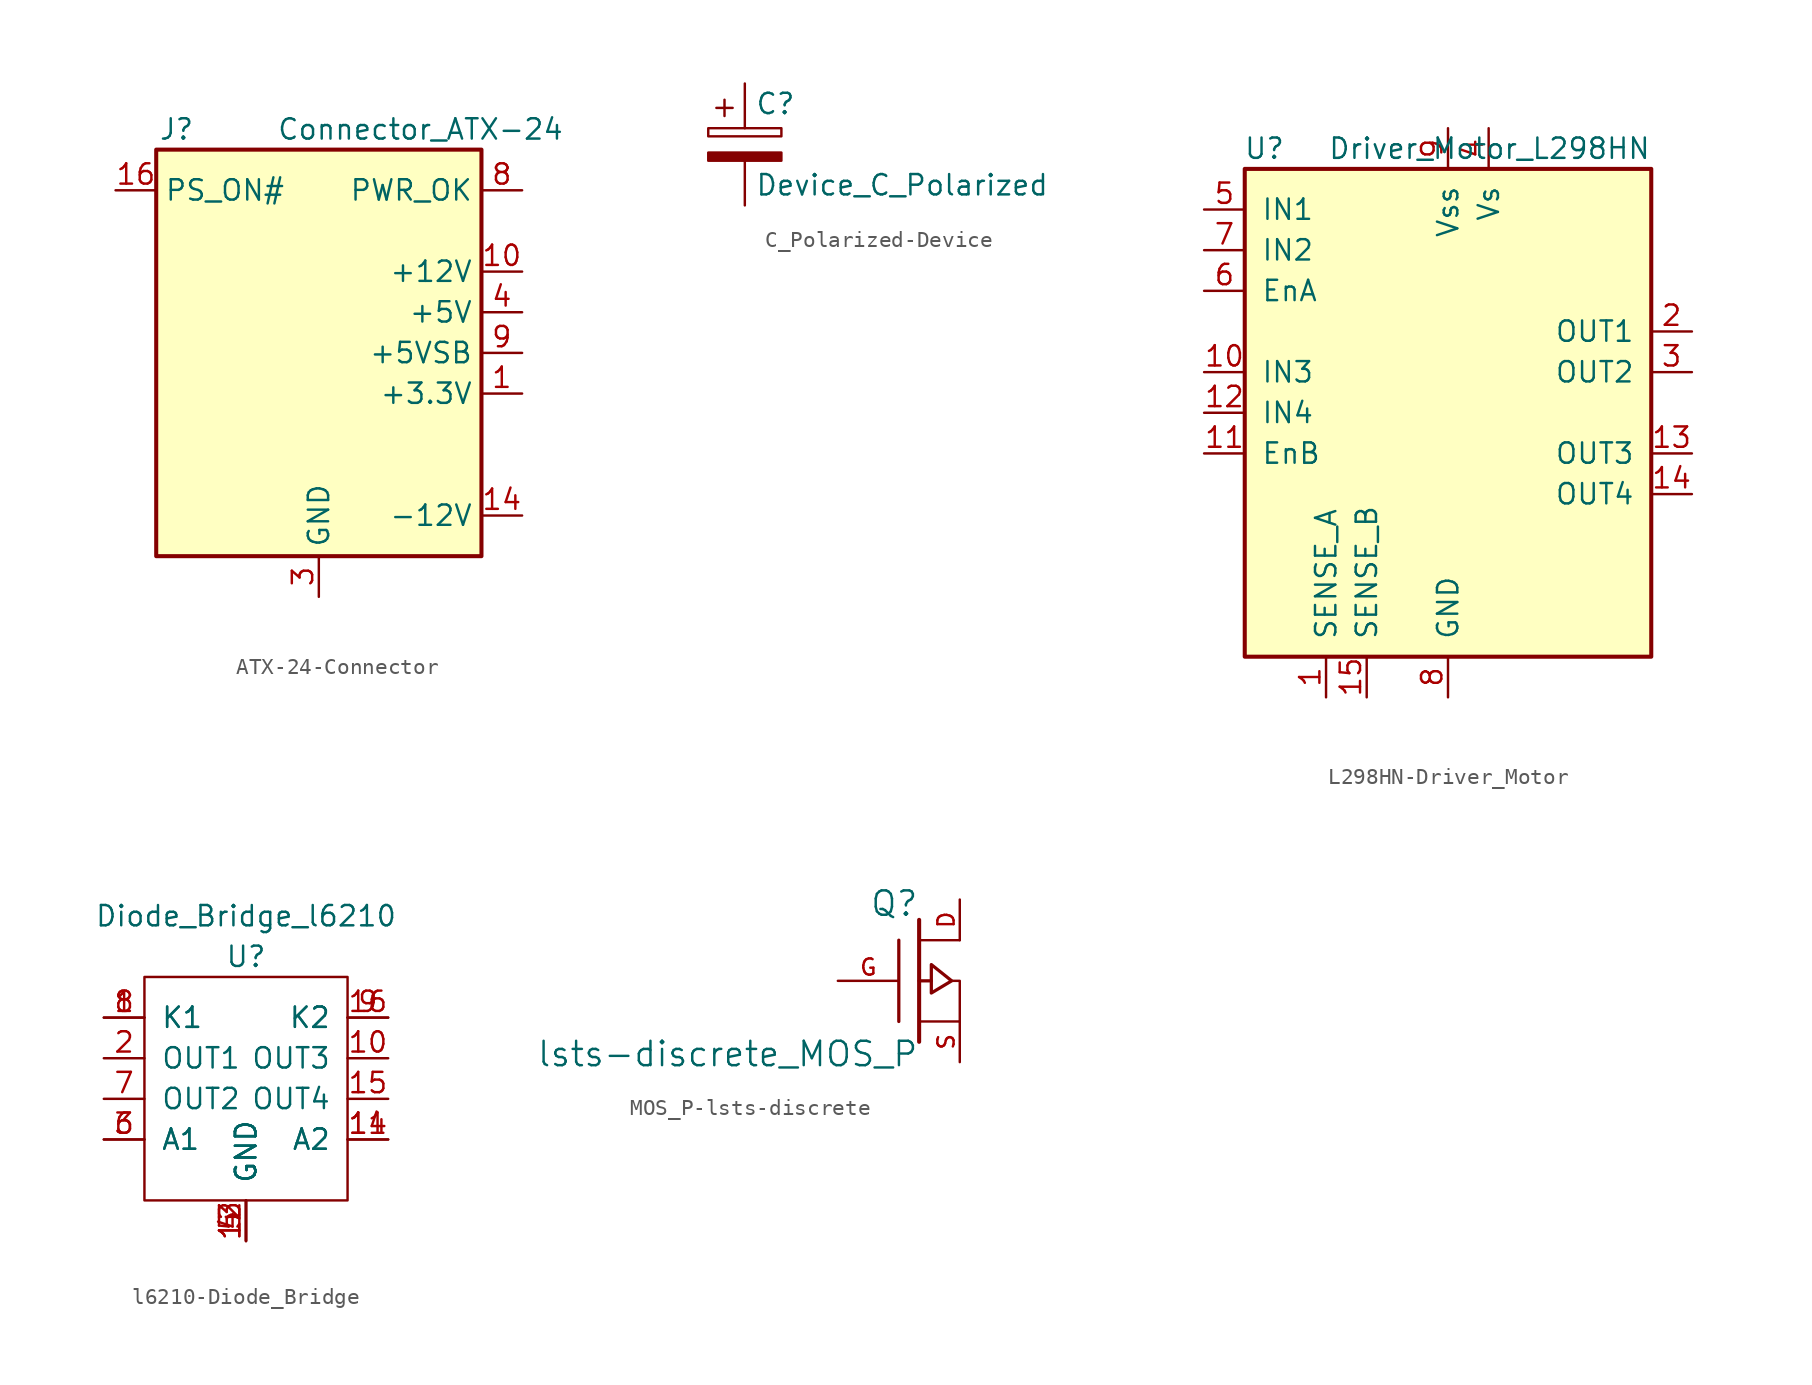
<source format=kicad_sym>
(kicad_symbol_lib
  (version 20220914)
  (generator kicad_symbol_editor)
  (symbol "ATX-24-Connector"
    (property "Reference" "J"
      (at -8.89 13.97 0)
      (effects (font (size 1.27 1.27))))
    (property "Value" "Connector_ATX-24"
      (at 6.35 13.97 0)
      (effects (font (size 1.27 1.27))))
    (symbol "ATX-24-Connector_0_1"
      (rectangle (start -10.16 12.7) (end 10.16 -12.7) (stroke (width 0.254) (type solid)) (fill (type background))))
    (symbol "ATX-24-Connector_1_1"
      (pin power_out line (at 12.7 -2.54 180) (length 2.54) (name "+3.3V" (effects (font (size 1.27 1.27)))) (number "1" (effects (font (size 1.27 1.27)))))
      (pin power_out line (at 12.7 5.08 180) (length 2.54) (name "+12V" (effects (font (size 1.27 1.27)))) (number "10" (effects (font (size 1.27 1.27)))))
      (pin passive line (at 12.7 5.08 180) (length 2.54) hide (name "+12V" (effects (font (size 1.27 1.27)))) (number "11" (effects (font (size 1.27 1.27)))))
      (pin passive line (at 12.7 -2.54 180) (length 2.54) hide (name "+3.3V" (effects (font (size 1.27 1.27)))) (number "12" (effects (font (size 1.27 1.27)))))
      (pin passive line (at 12.7 -2.54 180) (length 2.54) hide (name "+3.3V" (effects (font (size 1.27 1.27)))) (number "13" (effects (font (size 1.27 1.27)))))
      (pin power_out line (at 12.7 -10.16 180) (length 2.54) (name "-12V" (effects (font (size 1.27 1.27)))) (number "14" (effects (font (size 1.27 1.27)))))
      (pin passive line (at 0 -15.24 90) (length 2.54) hide (name "GND" (effects (font (size 1.27 1.27)))) (number "15" (effects (font (size 1.27 1.27)))))
      (pin open_collector line (at -12.7 10.16 0) (length 2.54) (name "PS_ON#" (effects (font (size 1.27 1.27)))) (number "16" (effects (font (size 1.27 1.27)))))
      (pin passive line (at 0 -15.24 90) (length 2.54) hide (name "GND" (effects (font (size 1.27 1.27)))) (number "17" (effects (font (size 1.27 1.27)))))
      (pin passive line (at 0 -15.24 90) (length 2.54) hide (name "GND" (effects (font (size 1.27 1.27)))) (number "18" (effects (font (size 1.27 1.27)))))
      (pin passive line (at 0 -15.24 90) (length 2.54) hide (name "GND" (effects (font (size 1.27 1.27)))) (number "19" (effects (font (size 1.27 1.27)))))
      (pin passive line (at 12.7 -2.54 180) (length 2.54) hide (name "+3.3V" (effects (font (size 1.27 1.27)))) (number "2" (effects (font (size 1.27 1.27)))))
      (pin no_connect line (at -10.16 0 0) (length 2.54) hide (name "NC" (effects (font (size 1.27 1.27)))) (number "20" (effects (font (size 1.27 1.27)))))
      (pin passive line (at 12.7 2.54 180) (length 2.54) hide (name "+5V" (effects (font (size 1.27 1.27)))) (number "21" (effects (font (size 1.27 1.27)))))
      (pin passive line (at 12.7 2.54 180) (length 2.54) hide (name "+5V" (effects (font (size 1.27 1.27)))) (number "22" (effects (font (size 1.27 1.27)))))
      (pin passive line (at 12.7 2.54 180) (length 2.54) hide (name "+5V" (effects (font (size 1.27 1.27)))) (number "23" (effects (font (size 1.27 1.27)))))
      (pin passive line (at 0 -15.24 90) (length 2.54) hide (name "GND" (effects (font (size 1.27 1.27)))) (number "24" (effects (font (size 1.27 1.27)))))
      (pin power_out line (at 0 -15.24 90) (length 2.54) (name "GND" (effects (font (size 1.27 1.27)))) (number "3" (effects (font (size 1.27 1.27)))))
      (pin power_out line (at 12.7 2.54 180) (length 2.54) (name "+5V" (effects (font (size 1.27 1.27)))) (number "4" (effects (font (size 1.27 1.27)))))
      (pin passive line (at 0 -15.24 90) (length 2.54) hide (name "GND" (effects (font (size 1.27 1.27)))) (number "5" (effects (font (size 1.27 1.27)))))
      (pin passive line (at 12.7 2.54 180) (length 2.54) hide (name "+5V" (effects (font (size 1.27 1.27)))) (number "6" (effects (font (size 1.27 1.27)))))
      (pin passive line (at 0 -15.24 90) (length 2.54) hide (name "GND" (effects (font (size 1.27 1.27)))) (number "7" (effects (font (size 1.27 1.27)))))
      (pin output line (at 12.7 10.16 180) (length 2.54) (name "PWR_OK" (effects (font (size 1.27 1.27)))) (number "8" (effects (font (size 1.27 1.27)))))
      (pin power_out line (at 12.7 0 180) (length 2.54) (name "+5VSB" (effects (font (size 1.27 1.27)))) (number "9" (effects (font (size 1.27 1.27)))))))
  (symbol "C_Polarized-Device"
    (pin_numbers hide)
    (pin_names
      (offset 0.254))
    (property "Reference" "C"
      (at 0.635 2.54 0)
      (effects (font (size 1.27 1.27)) (justify left)))
    (property "Value" "Device_C_Polarized"
      (at 0.635 -2.54 0)
      (effects (font (size 1.27 1.27)) (justify left)))
    (symbol "C_Polarized-Device_0_1"
      (rectangle (start -2.286 0.508) (end 2.286 1.016) (stroke (width 0) (type solid)) (fill (type none)))
      (polyline (pts (xy -1.778 2.286) (xy -0.762 2.286)) (stroke (width 0) (type solid)) (fill (type none)))
      (polyline (pts (xy -1.27 2.794) (xy -1.27 1.778)) (stroke (width 0) (type solid)) (fill (type none)))
      (rectangle (start 2.286 -0.508) (end -2.286 -1.016) (stroke (width 0) (type solid)) (fill (type outline))))
    (symbol "C_Polarized-Device_1_1"
      (pin passive line (at 0 3.81 270) (length 2.794) (name "~" (effects (font (size 1.27 1.27)))) (number "1" (effects (font (size 1.27 1.27)))))
      (pin passive line (at 0 -3.81 90) (length 2.794) (name "~" (effects (font (size 1.27 1.27)))) (number "2" (effects (font (size 1.27 1.27)))))))
  (symbol "L298HN-Driver_Motor"
    (pin_names
      (offset 1.016))
    (property "Reference" "U"
      (at -10.16 16.51 0)
      (effects (font (size 1.27 1.27)) (justify right)))
    (property "Value" "Driver_Motor_L298HN"
      (at 12.7 16.51 0)
      (effects (font (size 1.27 1.27)) (justify right)))
    (symbol "L298HN-Driver_Motor_0_1"
      (rectangle (start -12.7 15.24) (end 12.7 -15.24) (stroke (width 0.254) (type solid)) (fill (type background))))
    (symbol "L298HN-Driver_Motor_1_1"
      (pin power_in line (at -7.62 -17.78 90) (length 2.54) (name "SENSE_A" (effects (font (size 1.27 1.27)))) (number "1" (effects (font (size 1.27 1.27)))))
      (pin input line (at -15.24 2.54 0) (length 2.54) (name "IN3" (effects (font (size 1.27 1.27)))) (number "10" (effects (font (size 1.27 1.27)))))
      (pin input line (at -15.24 -2.54 0) (length 2.54) (name "EnB" (effects (font (size 1.27 1.27)))) (number "11" (effects (font (size 1.27 1.27)))))
      (pin input line (at -15.24 0 0) (length 2.54) (name "IN4" (effects (font (size 1.27 1.27)))) (number "12" (effects (font (size 1.27 1.27)))))
      (pin output line (at 15.24 -2.54 180) (length 2.54) (name "OUT3" (effects (font (size 1.27 1.27)))) (number "13" (effects (font (size 1.27 1.27)))))
      (pin output line (at 15.24 -5.08 180) (length 2.54) (name "OUT4" (effects (font (size 1.27 1.27)))) (number "14" (effects (font (size 1.27 1.27)))))
      (pin power_in line (at -5.08 -17.78 90) (length 2.54) (name "SENSE_B" (effects (font (size 1.27 1.27)))) (number "15" (effects (font (size 1.27 1.27)))))
      (pin output line (at 15.24 5.08 180) (length 2.54) (name "OUT1" (effects (font (size 1.27 1.27)))) (number "2" (effects (font (size 1.27 1.27)))))
      (pin output line (at 15.24 2.54 180) (length 2.54) (name "OUT2" (effects (font (size 1.27 1.27)))) (number "3" (effects (font (size 1.27 1.27)))))
      (pin power_in line (at 2.54 17.78 270) (length 2.54) (name "Vs" (effects (font (size 1.27 1.27)))) (number "4" (effects (font (size 1.27 1.27)))))
      (pin input line (at -15.24 12.7 0) (length 2.54) (name "IN1" (effects (font (size 1.27 1.27)))) (number "5" (effects (font (size 1.27 1.27)))))
      (pin input line (at -15.24 7.62 0) (length 2.54) (name "EnA" (effects (font (size 1.27 1.27)))) (number "6" (effects (font (size 1.27 1.27)))))
      (pin input line (at -15.24 10.16 0) (length 2.54) (name "IN2" (effects (font (size 1.27 1.27)))) (number "7" (effects (font (size 1.27 1.27)))))
      (pin power_in line (at 0 -17.78 90) (length 2.54) (name "GND" (effects (font (size 1.27 1.27)))) (number "8" (effects (font (size 1.27 1.27)))))
      (pin power_in line (at 0 17.78 270) (length 2.54) (name "Vss" (effects (font (size 1.27 1.27)))) (number "9" (effects (font (size 1.27 1.27)))))))
  (symbol "l6210-Diode_Bridge"
    (pin_names
      (offset 1.016))
    (property "Reference" "U"
      (at 0 7.62 0)
      (effects (font (size 1.27 1.27))))
    (property "Value" "Diode_Bridge_l6210"
      (at 0 10.16 0)
      (effects (font (size 1.27 1.27))))
    (symbol "l6210-Diode_Bridge_0_1"
      (rectangle (start -6.35 6.35) (end 6.35 -7.62) (stroke (width 0) (type solid)) (fill (type none))))
    (symbol "l6210-Diode_Bridge_1_1"
      (pin input line (at -8.89 3.81 0) (length 2.54) (name "K1" (effects (font (size 1.27 1.27)))) (number "1" (effects (font (size 1.27 1.27)))))
      (pin input line (at 8.89 1.27 180) (length 2.54) (name "OUT3" (effects (font (size 1.27 1.27)))) (number "10" (effects (font (size 1.27 1.27)))))
      (pin input line (at 8.89 -3.81 180) (length 2.54) (name "A2" (effects (font (size 1.27 1.27)))) (number "11" (effects (font (size 1.27 1.27)))))
      (pin input line (at 0 -10.16 90) (length 2.54) (name "GND" (effects (font (size 1.27 1.27)))) (number "12" (effects (font (size 1.27 1.27)))))
      (pin input line (at 0 -10.16 90) (length 2.54) (name "GND" (effects (font (size 1.27 1.27)))) (number "13" (effects (font (size 1.27 1.27)))))
      (pin input line (at 8.89 -3.81 180) (length 2.54) (name "A2" (effects (font (size 1.27 1.27)))) (number "14" (effects (font (size 1.27 1.27)))))
      (pin input line (at 8.89 -1.27 180) (length 2.54) (name "OUT4" (effects (font (size 1.27 1.27)))) (number "15" (effects (font (size 1.27 1.27)))))
      (pin input line (at 8.89 3.81 180) (length 2.54) (name "K2" (effects (font (size 1.27 1.27)))) (number "16" (effects (font (size 1.27 1.27)))))
      (pin input line (at -8.89 1.27 0) (length 2.54) (name "OUT1" (effects (font (size 1.27 1.27)))) (number "2" (effects (font (size 1.27 1.27)))))
      (pin input line (at -8.89 -3.81 0) (length 2.54) (name "A1" (effects (font (size 1.27 1.27)))) (number "3" (effects (font (size 1.27 1.27)))))
      (pin input line (at 0 -10.16 90) (length 2.54) (name "GND" (effects (font (size 1.27 1.27)))) (number "4" (effects (font (size 1.27 1.27)))))
      (pin input line (at 0 -10.16 90) (length 2.54) (name "GND" (effects (font (size 1.27 1.27)))) (number "5" (effects (font (size 1.27 1.27)))))
      (pin input line (at -8.89 -3.81 0) (length 2.54) (name "A1" (effects (font (size 1.27 1.27)))) (number "6" (effects (font (size 1.27 1.27)))))
      (pin input line (at -8.89 -1.27 0) (length 2.54) (name "OUT2" (effects (font (size 1.27 1.27)))) (number "7" (effects (font (size 1.27 1.27)))))
      (pin input line (at -8.89 3.81 0) (length 2.54) (name "K1" (effects (font (size 1.27 1.27)))) (number "8" (effects (font (size 1.27 1.27)))))
      (pin input line (at 8.89 3.81 180) (length 2.54) (name "K2" (effects (font (size 1.27 1.27)))) (number "9" (effects (font (size 1.27 1.27)))))))
  (symbol "MOS_P-lsts-discrete"
    (pin_names
      (offset 1.016) hide)
    (property "Reference" "Q"
      (at 0 4.826 0)
      (effects (font (size 1.524 1.524)) (justify right)))
    (property "Value" "lsts-discrete_MOS_P"
      (at 0 -4.572 0)
      (effects (font (size 1.524 1.524)) (justify right)))
    (property "Footprint" ""
      (at 0 0 0)
      (effects (font (size 1.524 1.524))))
    (property "Datasheet" ""
      (at 0 0 0)
      (effects (font (size 1.524 1.524))))
    (symbol "MOS_P-lsts-discrete_0_1"
      (polyline (pts (xy -1.27 -2.54) (xy -1.27 2.54)) (stroke (width 0.203) (type solid)) (fill (type none)))
      (polyline (pts (xy 0 -3.81) (xy 0 3.81)) (stroke (width 0.254) (type solid)) (fill (type none)))
      (polyline (pts (xy 0.762 0) (xy 0 0)) (stroke (width 0.203) (type solid)) (fill (type none)))
      (polyline (pts (xy 2.54 -2.54) (xy 0 -2.54)) (stroke (width 0) (type solid)) (fill (type none)))
      (polyline (pts (xy 2.54 2.54) (xy 0 2.54)) (stroke (width 0) (type solid)) (fill (type none)))
      (polyline (pts (xy 2.032 0) (xy 2.54 0) (xy 2.54 -2.54)) (stroke (width 0) (type solid)) (fill (type none)))
      (polyline (pts (xy 0.762 1.016) (xy 0.762 -0.762) (xy 2.032 0) (xy 0.762 1.016) (xy 0.762 1.016)) (stroke (width 0.203) (type solid)) (fill (type none))))
    (symbol "MOS_P-lsts-discrete_1_1"
      (pin passive line (at 2.54 5.08 270) (length 2.54) (name "D" (effects (font (size 1.016 1.016)))) (number "D" (effects (font (size 1.016 1.016)))))
      (pin input line (at -5.08 0 0) (length 3.81) (name "G" (effects (font (size 1.016 1.016)))) (number "G" (effects (font (size 1.016 1.016)))))
      (pin passive line (at 2.54 -5.08 90) (length 2.54) (name "S" (effects (font (size 1.016 1.016)))) (number "S" (effects (font (size 1.016 1.016))))))))
</source>
